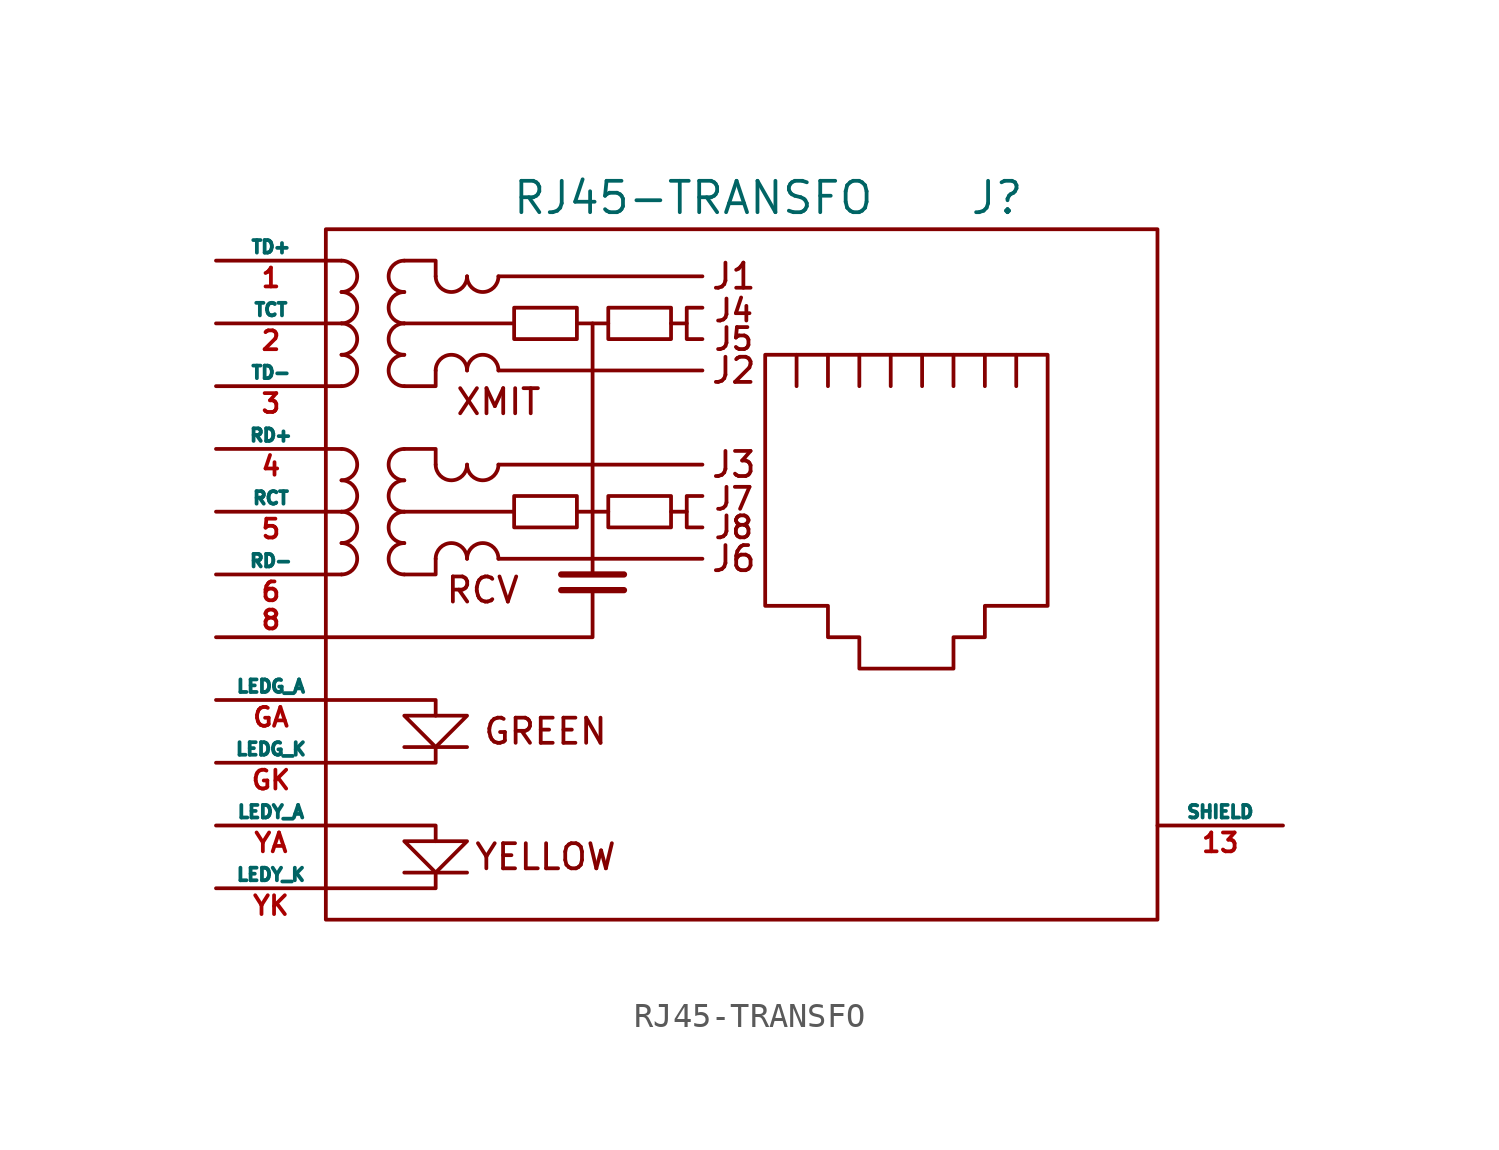
<source format=kicad_sym>
(kicad_symbol_lib
  (version 20211014)
  (generator kicad_symbol_editor)
  (symbol "RJ45-TRANSFO"
    (pin_names
      (offset 0))
    (property "Reference" "J"
      (at 2.54 15.24 0)
      (effects (font (size 1.27 1.27)) (justify left)))
    (property "Value" "RJ45-TRANSFO"
      (at -1.27 15.24 0)
      (effects (font (size 1.27 1.27)) (justify right)))
    (property "Footprint" ""
      (at 0 0 0)
      (effects (font (size 1.27 1.27))))
    (property "Datasheet" ""
      (at 0 0 0)
      (effects (font (size 1.27 1.27))))
    (symbol "RJ45-TRANSFO_0_0"
      (polyline (pts (xy -17.78 -12.065) (xy -20.32 -12.065) (xy -20.32 -12.065)) (stroke (width 0) (type default) (color 0 0 0 0)) (fill (type none)))
      (polyline (pts (xy -17.78 -6.985) (xy -20.32 -6.985) (xy -20.32 -6.985)) (stroke (width 0) (type default) (color 0 0 0 0)) (fill (type none)))
      (polyline (pts (xy -12.7 2.54) (xy -12.7 0) (xy -12.7 0)) (stroke (width 0) (type default) (color 0 0 0 0)) (fill (type none)))
      (polyline (pts (xy -12.7 10.16) (xy -12.7 2.54) (xy -12.7 2.54)) (stroke (width 0) (type default) (color 0 0 0 0)) (fill (type none)))
      (polyline (pts (xy -11.43 -0.635) (xy -13.97 -0.635) (xy -13.97 -0.635)) (stroke (width 0.254) (type default) (color 0 0 0 0)) (fill (type none)))
      (polyline (pts (xy -8.89 2.54) (xy -9.525 2.54) (xy -9.525 2.54)) (stroke (width 0) (type default) (color 0 0 0 0)) (fill (type none)))
      (polyline (pts (xy -8.89 10.16) (xy -9.525 10.16) (xy -9.525 10.16)) (stroke (width 0) (type default) (color 0 0 0 0)) (fill (type none)))
      (polyline (pts (xy -23.495 -12.7) (xy -19.05 -12.7) (xy -19.05 -12.065) (xy -19.05 -12.065)) (stroke (width 0) (type default) (color 0 0 0 0)) (fill (type none)))
      (polyline (pts (xy -23.495 -10.16) (xy -19.05 -10.16) (xy -19.05 -10.795) (xy -19.05 -10.795)) (stroke (width 0) (type default) (color 0 0 0 0)) (fill (type none)))
      (polyline (pts (xy -23.495 -5.08) (xy -19.05 -5.08) (xy -19.05 -5.715) (xy -19.05 -5.715)) (stroke (width 0) (type default) (color 0 0 0 0)) (fill (type none)))
      (polyline (pts (xy -19.05 -6.985) (xy -19.05 -7.62) (xy -23.495 -7.62) (xy -22.86 -7.62)) (stroke (width 0) (type default) (color 0 0 0 0)) (fill (type none)))
      (polyline (pts (xy -12.7 -0.635) (xy -12.7 -2.54) (xy -23.495 -2.54) (xy -22.225 -2.54)) (stroke (width 0) (type default) (color 0 0 0 0)) (fill (type none)))
      (polyline (pts (xy -11.43 0) (xy -13.335 0) (xy -13.97 0) (xy -13.97 0)) (stroke (width 0.254) (type default) (color 0 0 0 0)) (fill (type none)))
      (polyline (pts (xy -20.32 -5.715) (xy -17.78 -5.715) (xy -19.05 -6.985) (xy -20.32 -5.715) (xy -20.32 -5.715)) (stroke (width 0) (type default) (color 0 0 0 0)) (fill (type none)))
      (polyline (pts (xy -17.78 -10.795) (xy -20.32 -10.795) (xy -19.05 -12.065) (xy -17.78 -10.795) (xy -17.78 -10.795)) (stroke (width 0) (type default) (color 0 0 0 0)) (fill (type none)))
      (polyline (pts (xy -8.255 3.175) (xy -8.89 3.175) (xy -8.89 1.905) (xy -8.255 1.905) (xy -8.255 1.905)) (stroke (width 0) (type default) (color 0 0 0 0)) (fill (type none)))
      (polyline (pts (xy -8.255 10.795) (xy -8.89 10.795) (xy -8.89 9.525) (xy -8.255 9.525) (xy -8.255 9.525)) (stroke (width 0) (type default) (color 0 0 0 0)) (fill (type none)))
      (text "GREEN" (at -14.605 -6.35 0) (effects (font (size 1.016 1.016))))
      (text "J1" (at -6.985 12.065 0) (effects (font (size 1.016 1.016))))
      (text "J2" (at -6.985 8.255 0) (effects (font (size 1.016 1.016))))
      (text "J3" (at -6.985 4.445 0) (effects (font (size 1.016 1.016))))
      (text "J4" (at -6.985 10.16 0) (effects (font (size 0.889 0.889)) (justify bottom)))
      (text "J5" (at -6.985 9.525 0) (effects (font (size 0.889 0.889))))
      (text "J6" (at -6.985 0.635 0) (effects (font (size 1.016 1.016))))
      (text "J7" (at -6.985 2.54 0) (effects (font (size 0.889 0.889)) (justify bottom)))
      (text "J8" (at -6.985 1.905 0) (effects (font (size 0.889 0.889))))
      (text "RCV" (at -17.145 -0.635 0) (effects (font (size 1.016 1.016))))
      (text "XMIT" (at -16.51 6.985 0) (effects (font (size 1.016 1.016))))
      (text "YELLOW" (at -14.605 -11.43 0) (effects (font (size 1.016 1.016)))))
    (symbol "RJ45-TRANSFO_0_1"
      (rectangle (start -23.495 -13.97) (end 10.16 13.97) (stroke (width 0) (type default) (color 0 0 0 0)) (fill (type none)))
      (arc (start -22.86 0) (mid -22.225 0.635) (end -22.86 1.27) (stroke (width 0) (type default) (color 0 0 0 0)) (fill (type none)))
      (arc (start -22.86 1.27) (mid -22.225 1.905) (end -22.86 2.54) (stroke (width 0) (type default) (color 0 0 0 0)) (fill (type none)))
      (arc (start -22.86 2.54) (mid -22.225 3.175) (end -22.86 3.81) (stroke (width 0) (type default) (color 0 0 0 0)) (fill (type none)))
      (arc (start -22.86 3.81) (mid -22.225 4.445) (end -22.86 5.08) (stroke (width 0) (type default) (color 0 0 0 0)) (fill (type none)))
      (arc (start -22.86 7.62) (mid -22.225 8.255) (end -22.86 8.89) (stroke (width 0) (type default) (color 0 0 0 0)) (fill (type none)))
      (arc (start -22.86 8.89) (mid -22.225 9.525) (end -22.86 10.16) (stroke (width 0) (type default) (color 0 0 0 0)) (fill (type none)))
      (arc (start -22.86 10.16) (mid -22.225 10.795) (end -22.86 11.43) (stroke (width 0) (type default) (color 0 0 0 0)) (fill (type none)))
      (arc (start -22.86 11.43) (mid -22.225 12.065) (end -22.86 12.7) (stroke (width 0) (type default) (color 0 0 0 0)) (fill (type none)))
      (arc (start -20.32 1.27) (mid -20.955 0.635) (end -20.32 0) (stroke (width 0) (type default) (color 0 0 0 0)) (fill (type none)))
      (arc (start -20.32 2.54) (mid -20.955 1.905) (end -20.32 1.27) (stroke (width 0) (type default) (color 0 0 0 0)) (fill (type none)))
      (arc (start -20.32 3.81) (mid -20.955 3.175) (end -20.32 2.54) (stroke (width 0) (type default) (color 0 0 0 0)) (fill (type none)))
      (arc (start -20.32 5.08) (mid -20.955 4.445) (end -20.32 3.81) (stroke (width 0) (type default) (color 0 0 0 0)) (fill (type none)))
      (arc (start -20.32 8.89) (mid -20.955 8.255) (end -20.32 7.62) (stroke (width 0) (type default) (color 0 0 0 0)) (fill (type none)))
      (arc (start -20.32 10.16) (mid -20.955 9.525) (end -20.32 8.89) (stroke (width 0) (type default) (color 0 0 0 0)) (fill (type none)))
      (arc (start -20.32 11.43) (mid -20.955 10.795) (end -20.32 10.16) (stroke (width 0) (type default) (color 0 0 0 0)) (fill (type none)))
      (arc (start -20.32 12.7) (mid -20.955 12.065) (end -20.32 11.43) (stroke (width 0) (type default) (color 0 0 0 0)) (fill (type none)))
      (arc (start -19.05 4.445) (mid -18.415 3.81) (end -17.78 4.445) (stroke (width 0) (type default) (color 0 0 0 0)) (fill (type none)))
      (arc (start -19.05 12.065) (mid -18.415 11.43) (end -17.78 12.065) (stroke (width 0) (type default) (color 0 0 0 0)) (fill (type none)))
      (arc (start -17.78 0.635) (mid -18.415 1.27) (end -19.05 0.635) (stroke (width 0) (type default) (color 0 0 0 0)) (fill (type none)))
      (arc (start -17.78 4.445) (mid -17.145 3.81) (end -16.51 4.445) (stroke (width 0) (type default) (color 0 0 0 0)) (fill (type none)))
      (arc (start -17.78 8.255) (mid -18.415 8.89) (end -19.05 8.255) (stroke (width 0) (type default) (color 0 0 0 0)) (fill (type none)))
      (arc (start -17.78 12.065) (mid -17.145 11.43) (end -16.51 12.065) (stroke (width 0) (type default) (color 0 0 0 0)) (fill (type none)))
      (arc (start -16.51 0.635) (mid -17.145 1.27) (end -17.78 0.635) (stroke (width 0) (type default) (color 0 0 0 0)) (fill (type none)))
      (arc (start -16.51 8.255) (mid -17.145 8.89) (end -17.78 8.255) (stroke (width 0) (type default) (color 0 0 0 0)) (fill (type none)))
      (rectangle (start -15.875 3.175) (end -13.335 1.905) (stroke (width 0) (type default) (color 0 0 0 0)) (fill (type none)))
      (rectangle (start -15.875 10.795) (end -13.335 9.525) (stroke (width 0) (type default) (color 0 0 0 0)) (fill (type none)))
      (rectangle (start -12.065 3.175) (end -9.525 1.905) (stroke (width 0) (type default) (color 0 0 0 0)) (fill (type none)))
      (rectangle (start -12.065 10.795) (end -9.525 9.525) (stroke (width 0) (type default) (color 0 0 0 0)) (fill (type none)))
      (polyline (pts (xy -22.86 0) (xy -23.495 0) (xy -23.495 0)) (stroke (width 0) (type default) (color 0 0 0 0)) (fill (type none)))
      (polyline (pts (xy -22.86 2.54) (xy -23.495 2.54) (xy -23.495 2.54)) (stroke (width 0) (type default) (color 0 0 0 0)) (fill (type none)))
      (polyline (pts (xy -22.86 5.08) (xy -23.495 5.08) (xy -23.495 5.08)) (stroke (width 0) (type default) (color 0 0 0 0)) (fill (type none)))
      (polyline (pts (xy -22.86 7.62) (xy -23.495 7.62) (xy -23.495 7.62)) (stroke (width 0) (type default) (color 0 0 0 0)) (fill (type none)))
      (polyline (pts (xy -22.86 10.16) (xy -23.495 10.16) (xy -23.495 10.16)) (stroke (width 0) (type default) (color 0 0 0 0)) (fill (type none)))
      (polyline (pts (xy -16.51 0.635) (xy -8.255 0.635) (xy -8.255 0.635)) (stroke (width 0) (type default) (color 0 0 0 0)) (fill (type none)))
      (polyline (pts (xy -16.51 4.445) (xy -8.255 4.445) (xy -8.255 4.445)) (stroke (width 0) (type default) (color 0 0 0 0)) (fill (type none)))
      (polyline (pts (xy -16.51 8.255) (xy -8.255 8.255) (xy -8.255 8.255)) (stroke (width 0) (type default) (color 0 0 0 0)) (fill (type none)))
      (polyline (pts (xy -16.51 12.065) (xy -8.255 12.065) (xy -8.255 12.065)) (stroke (width 0) (type default) (color 0 0 0 0)) (fill (type none)))
      (polyline (pts (xy -13.335 2.54) (xy -12.065 2.54) (xy -12.065 2.54)) (stroke (width 0) (type default) (color 0 0 0 0)) (fill (type none)))
      (polyline (pts (xy -13.335 10.16) (xy -12.065 10.16) (xy -12.065 10.16)) (stroke (width 0) (type default) (color 0 0 0 0)) (fill (type none)))
      (polyline (pts (xy -4.445 7.62) (xy -4.445 8.89) (xy -4.445 8.89)) (stroke (width 0) (type default) (color 0 0 0 0)) (fill (type none)))
      (polyline (pts (xy -3.175 8.89) (xy -3.175 7.62) (xy -3.175 7.62)) (stroke (width 0) (type default) (color 0 0 0 0)) (fill (type none)))
      (polyline (pts (xy -1.905 8.89) (xy -1.905 7.62) (xy -1.905 7.62)) (stroke (width 0) (type default) (color 0 0 0 0)) (fill (type none)))
      (polyline (pts (xy -0.635 8.89) (xy -0.635 7.62) (xy -0.635 7.62)) (stroke (width 0) (type default) (color 0 0 0 0)) (fill (type none)))
      (polyline (pts (xy 0.635 8.89) (xy 0.635 7.62) (xy 0.635 7.62)) (stroke (width 0) (type default) (color 0 0 0 0)) (fill (type none)))
      (polyline (pts (xy 1.905 8.89) (xy 1.905 7.62) (xy 1.905 7.62)) (stroke (width 0) (type default) (color 0 0 0 0)) (fill (type none)))
      (polyline (pts (xy 3.175 7.62) (xy 3.175 8.89) (xy 3.175 8.89)) (stroke (width 0) (type default) (color 0 0 0 0)) (fill (type none)))
      (polyline (pts (xy 4.445 7.62) (xy 4.445 8.89) (xy 4.445 8.89)) (stroke (width 0) (type default) (color 0 0 0 0)) (fill (type none)))
      (polyline (pts (xy -22.86 12.7) (xy -23.495 12.7) (xy -23.495 12.7) (xy -23.495 12.7)) (stroke (width 0) (type default) (color 0 0 0 0)) (fill (type none)))
      (polyline (pts (xy -19.05 0.635) (xy -19.05 0) (xy -20.32 0) (xy -20.32 0)) (stroke (width 0) (type default) (color 0 0 0 0)) (fill (type none)))
      (polyline (pts (xy -19.05 8.255) (xy -19.05 7.62) (xy -20.32 7.62) (xy -20.32 7.62)) (stroke (width 0) (type default) (color 0 0 0 0)) (fill (type none)))
      (polyline (pts (xy -15.875 2.54) (xy -20.32 2.54) (xy -20.32 2.54) (xy -20.32 2.54)) (stroke (width 0) (type default) (color 0 0 0 0)) (fill (type none)))
      (polyline (pts (xy -15.875 10.16) (xy -20.32 10.16) (xy -20.32 10.16) (xy -20.32 10.16)) (stroke (width 0) (type default) (color 0 0 0 0)) (fill (type none)))
      (polyline (pts (xy -20.32 5.08) (xy -19.05 5.08) (xy -19.05 4.445) (xy -19.05 4.445) (xy -19.05 4.445) (xy -19.05 4.445)) (stroke (width 0) (type default) (color 0 0 0 0)) (fill (type none)))
      (polyline (pts (xy -20.32 12.7) (xy -19.05 12.7) (xy -19.05 12.065) (xy -19.05 12.065) (xy -19.05 12.065) (xy -19.05 12.065)) (stroke (width 0) (type default) (color 0 0 0 0)) (fill (type none)))
      (polyline (pts (xy -5.715 8.89) (xy 5.715 8.89) (xy 5.715 -1.27) (xy 3.175 -1.27) (xy 3.175 -2.54) (xy 1.905 -2.54) (xy 1.905 -3.81) (xy -1.905 -3.81) (xy -1.905 -2.54) (xy -3.175 -2.54) (xy -3.175 -1.27) (xy -5.715 -1.27) (xy -5.715 8.89) (xy -5.715 8.89)) (stroke (width 0) (type default) (color 0 0 0 0)) (fill (type none))))
    (symbol "RJ45-TRANSFO_1_1"
      (pin passive line (at -27.94 12.7 0) (length 4.445) (name "TD+" (effects (font (size 0.508 0.508)))) (number "1" (effects (font (size 0.762 0.762)))))
      (pin passive line (at 15.24 -10.16 180) (length 5.08) (name "SHIELD" (effects (font (size 0.508 0.508)))) (number "13" (effects (font (size 0.762 0.762)))))
      (pin passive line (at -27.94 10.16 0) (length 4.445) (name "TCT" (effects (font (size 0.508 0.508)))) (number "2" (effects (font (size 0.762 0.762)))))
      (pin passive line (at -27.94 7.62 0) (length 4.445) (name "TD-" (effects (font (size 0.508 0.508)))) (number "3" (effects (font (size 0.762 0.762)))))
      (pin passive line (at -27.94 5.08 0) (length 4.445) (name "RD+" (effects (font (size 0.508 0.508)))) (number "4" (effects (font (size 0.762 0.762)))))
      (pin passive line (at -27.94 2.54 0) (length 4.445) (name "RCT" (effects (font (size 0.508 0.508)))) (number "5" (effects (font (size 0.762 0.762)))))
      (pin passive line (at -27.94 0 0) (length 4.445) (name "RD-" (effects (font (size 0.508 0.508)))) (number "6" (effects (font (size 0.762 0.762)))))
      (pin passive line (at -27.94 -2.54 0) (length 4.445) (name "~" (effects (font (size 0.508 0.508)))) (number "8" (effects (font (size 0.762 0.762)))))
      (pin passive line (at -27.94 -5.08 0) (length 4.445) (name "LEDG_A" (effects (font (size 0.508 0.508)))) (number "GA" (effects (font (size 0.762 0.762)))))
      (pin passive line (at -27.94 -7.62 0) (length 4.445) (name "LEDG_K" (effects (font (size 0.508 0.508)))) (number "GK" (effects (font (size 0.762 0.762)))))
      (pin passive line (at -27.94 -10.16 0) (length 4.445) (name "LEDY_A" (effects (font (size 0.508 0.508)))) (number "YA" (effects (font (size 0.762 0.762)))))
      (pin passive line (at -27.94 -12.7 0) (length 4.445) (name "LEDY_K" (effects (font (size 0.508 0.508)))) (number "YK" (effects (font (size 0.762 0.762))))))))
</source>
